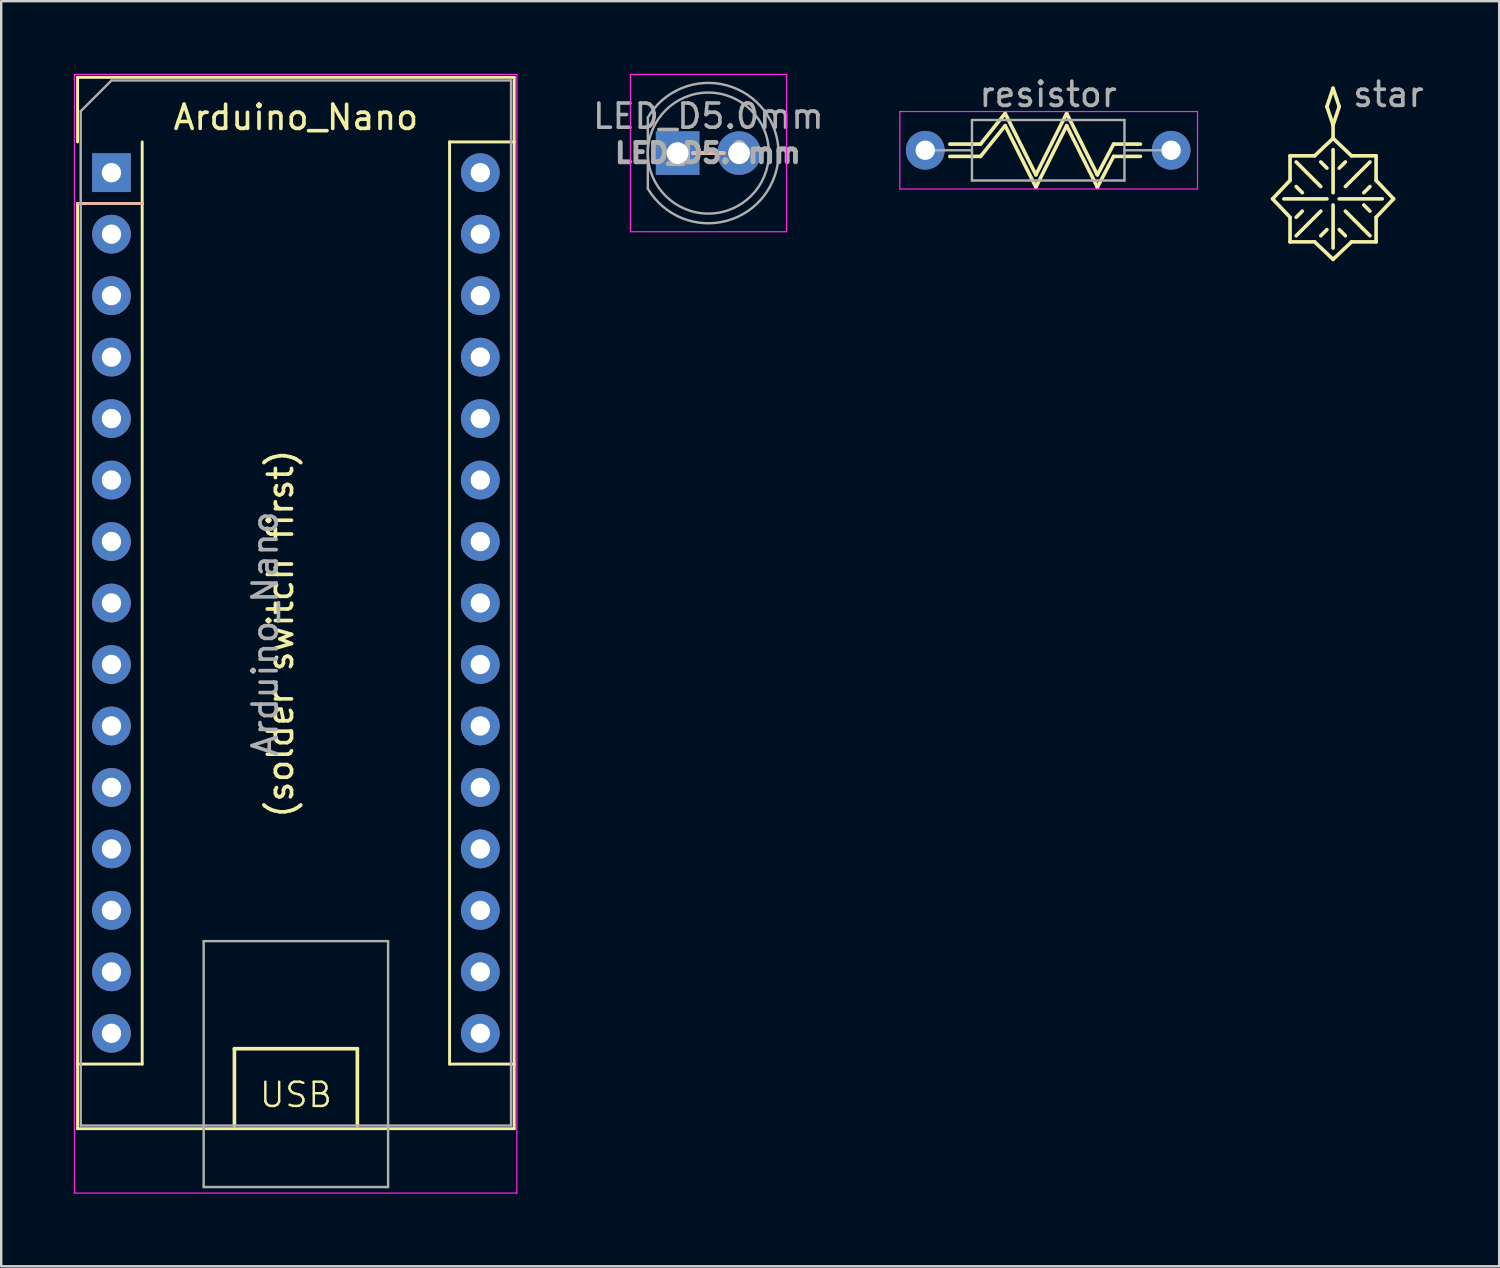
<source format=kicad_pcb>
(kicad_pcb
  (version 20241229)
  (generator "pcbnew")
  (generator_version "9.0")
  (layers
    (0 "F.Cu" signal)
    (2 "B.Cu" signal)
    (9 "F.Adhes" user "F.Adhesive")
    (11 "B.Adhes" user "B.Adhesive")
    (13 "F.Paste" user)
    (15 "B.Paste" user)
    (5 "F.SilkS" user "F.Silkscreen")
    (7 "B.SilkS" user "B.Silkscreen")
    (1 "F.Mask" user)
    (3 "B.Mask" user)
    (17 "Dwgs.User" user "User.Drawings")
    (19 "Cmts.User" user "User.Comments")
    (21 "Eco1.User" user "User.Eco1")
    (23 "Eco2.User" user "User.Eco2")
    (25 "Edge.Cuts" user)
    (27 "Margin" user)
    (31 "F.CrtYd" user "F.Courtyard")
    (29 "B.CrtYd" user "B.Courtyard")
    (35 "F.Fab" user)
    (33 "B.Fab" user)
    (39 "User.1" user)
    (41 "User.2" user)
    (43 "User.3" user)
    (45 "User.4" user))
  (footprint "resistor"
    (layer "F.Cu")
    (at 35.179 3.158)
    (property "Reference" "resistor" (at 5.08 -2.31 180) (layer "F.Fab") (effects (font (size 1 1) (thickness 0.15))))
    (attr through_hole)
    (fp_line (start 2.286 -0.254) (end 1.016 -0.254) (stroke (width 0.15) (type solid)) (layer "F.SilkS"))
    (fp_line (start 2.286 -0.254) (end 3.302 -1.524) (stroke (width 0.15) (type solid)) (layer "F.SilkS"))
    (fp_line (start 2.286 0.254) (end 1.016 0.254) (stroke (width 0.15) (type solid)) (layer "F.SilkS"))
    (fp_line (start 2.286 0.254) (end 3.302 -1.016) (stroke (width 0.15) (type solid)) (layer "F.SilkS"))
    (fp_line (start 3.302 -1.524) (end 4.572 1.016) (stroke (width 0.15) (type solid)) (layer "F.SilkS"))
    (fp_line (start 3.302 -1.016) (end 4.572 1.524) (stroke (width 0.15) (type solid)) (layer "F.SilkS"))
    (fp_line (start 4.572 1.016) (end 5.842 -1.524) (stroke (width 0.15) (type solid)) (layer "F.SilkS"))
    (fp_line (start 4.572 1.524) (end 5.842 -1.016) (stroke (width 0.15) (type solid)) (layer "F.SilkS"))
    (fp_line (start 5.842 -1.524) (end 7.112 1.016) (stroke (width 0.15) (type solid)) (layer "F.SilkS"))
    (fp_line (start 5.842 -1.016) (end 7.112 1.524) (stroke (width 0.15) (type solid)) (layer "F.SilkS"))
    (fp_line (start 7.112 1.016) (end 7.782 -0.254) (stroke (width 0.15) (type solid)) (layer "F.SilkS"))
    (fp_line (start 7.112 1.524) (end 7.782 0.254) (stroke (width 0.15) (type solid)) (layer "F.SilkS"))
    (fp_line (start 7.782 -0.254) (end 8.89 -0.254) (stroke (width 0.15) (type solid)) (layer "F.SilkS"))
    (fp_line (start 7.782 0.254) (end 8.89 0.254) (stroke (width 0.15) (type solid)) (layer "F.SilkS"))
    (fp_line (start -1.05 -1.6) (end -1.05 1.6) (stroke (width 0.05) (type solid)) (layer "F.CrtYd"))
    (fp_line (start -1.05 1.6) (end 11.25 1.6) (stroke (width 0.05) (type solid)) (layer "F.CrtYd"))
    (fp_line (start 11.25 -1.6) (end -1.05 -1.6) (stroke (width 0.05) (type solid)) (layer "F.CrtYd"))
    (fp_line (start 11.25 1.6) (end 11.25 -1.6) (stroke (width 0.05) (type solid)) (layer "F.CrtYd"))
    (fp_line (start 0 0) (end 1.93 0) (stroke (width 0.1) (type solid)) (layer "F.Fab"))
    (fp_line (start 1.93 -1.25) (end 1.93 1.25) (stroke (width 0.1) (type solid)) (layer "F.Fab"))
    (fp_line (start 1.93 1.25) (end 8.23 1.25) (stroke (width 0.1) (type solid)) (layer "F.Fab"))
    (fp_line (start 8.23 -1.25) (end 1.93 -1.25) (stroke (width 0.1) (type solid)) (layer "F.Fab"))
    (fp_line (start 8.23 1.25) (end 8.23 -1.25) (stroke (width 0.1) (type solid)) (layer "F.Fab"))
    (fp_line (start 10.16 0) (end 8.23 0) (stroke (width 0.1) (type solid)) (layer "F.Fab"))
    (pad "1" thru_hole circle (at 0 0) (size 1.6 1.6) (drill 0.8) (layers "*.Cu" "*.Mask"))
    (pad "2" thru_hole oval (at 10.16 0) (size 1.6 1.6) (drill 0.8) (layers "*.Cu" "*.Mask")))
  (footprint "Arduino_Nano"
    (layer "F.Cu")
    (at 1.555 4.085)
    (property "Reference" "Arduino_Nano" (at 7.62 -2.286 180) (layer "F.SilkS") (effects (font (size 1 1) (thickness 0.15))))
    (attr through_hole)
    (fp_line (start -1.4 -3.94) (end -1.4 -1.27) (stroke (width 0.12) (type solid)) (layer "F.SilkS"))
    (fp_line (start -1.4 1.27) (end -1.4 39.5) (stroke (width 0.12) (type solid)) (layer "F.SilkS"))
    (fp_line (start -1.4 39.5) (end 16.64 39.5) (stroke (width 0.12) (type solid)) (layer "F.SilkS"))
    (fp_line (start 1.27 1.27) (end -1.4 1.27) (stroke (width 0.12) (type solid)) (layer "F.SilkS"))
    (fp_line (start 1.27 1.27) (end 1.27 -1.27) (stroke (width 0.12) (type solid)) (layer "F.SilkS"))
    (fp_line (start 1.27 1.27) (end 1.27 36.83) (stroke (width 0.12) (type solid)) (layer "F.SilkS"))
    (fp_line (start 1.27 36.83) (end -1.4 36.83) (stroke (width 0.12) (type solid)) (layer "F.SilkS"))
    (fp_line (start 5.08 36.195) (end 5.08 39.37) (stroke (width 0.15) (type solid)) (layer "F.SilkS"))
    (fp_line (start 5.08 36.195) (end 10.16 36.195) (stroke (width 0.15) (type solid)) (layer "F.SilkS"))
    (fp_line (start 10.16 36.195) (end 10.16 39.37) (stroke (width 0.15) (type solid)) (layer "F.SilkS"))
    (fp_line (start 13.97 -1.27) (end 13.97 36.83) (stroke (width 0.12) (type solid)) (layer "F.SilkS"))
    (fp_line (start 13.97 -1.27) (end 16.64 -1.27) (stroke (width 0.12) (type solid)) (layer "F.SilkS"))
    (fp_line (start 13.97 36.83) (end 16.64 36.83) (stroke (width 0.12) (type solid)) (layer "F.SilkS"))
    (fp_line (start 16.64 -3.94) (end -1.4 -3.94) (stroke (width 0.12) (type solid)) (layer "F.SilkS"))
    (fp_line (start 16.64 39.5) (end 16.64 -3.94) (stroke (width 0.12) (type solid)) (layer "F.SilkS"))
    (fp_line (start 1.27 1.27) (end -1.4 1.27) (stroke (width 0.12) (type solid)) (layer "B.SilkS"))
    (fp_line (start -1.53 -4.06) (end -1.53 42.16) (stroke (width 0.05) (type solid)) (layer "F.CrtYd"))
    (fp_line (start -1.53 -4.06) (end 16.75 -4.06) (stroke (width 0.05) (type solid)) (layer "F.CrtYd"))
    (fp_line (start 16.75 42.16) (end -1.53 42.16) (stroke (width 0.05) (type solid)) (layer "F.CrtYd"))
    (fp_line (start 16.75 42.16) (end 16.75 -4.06) (stroke (width 0.05) (type solid)) (layer "F.CrtYd"))
    (fp_line (start -1.27 -2.54) (end 0 -3.81) (stroke (width 0.1) (type solid)) (layer "F.Fab"))
    (fp_line (start -1.27 39.37) (end -1.27 -2.54) (stroke (width 0.1) (type solid)) (layer "F.Fab"))
    (fp_line (start 0 -3.81) (end 16.51 -3.81) (stroke (width 0.1) (type solid)) (layer "F.Fab"))
    (fp_line (start 3.81 31.75) (end 11.43 31.75) (stroke (width 0.1) (type solid)) (layer "F.Fab"))
    (fp_line (start 3.81 41.91) (end 3.81 31.75) (stroke (width 0.1) (type solid)) (layer "F.Fab"))
    (fp_line (start 11.43 31.75) (end 11.43 41.91) (stroke (width 0.1) (type solid)) (layer "F.Fab"))
    (fp_line (start 11.43 41.91) (end 3.81 41.91) (stroke (width 0.1) (type solid)) (layer "F.Fab"))
    (fp_line (start 16.51 -3.81) (end 16.51 39.37) (stroke (width 0.1) (type solid)) (layer "F.Fab"))
    (fp_line (start 16.51 39.37) (end -1.27 39.37) (stroke (width 0.1) (type solid)) (layer "F.Fab"))
    (fp_text user "(solder switch first)" (at 6.985 19.05 90) (layer "F.SilkS") (effects (font (size 1 1) (thickness 0.15))))
    (fp_text user "USB" (at 7.62 38.1 0) (layer "F.SilkS") (effects (font (size 1 1) (thickness 0.1))))
    (fp_text user "${REFERENCE}" (at 6.35 19.05 270) (layer "F.Fab") (effects (font (size 1 1) (thickness 0.15))))
    (pad "1" thru_hole rect (at 0 0) (size 1.6 1.6) (drill 0.8) (layers "*.Cu" "*.Mask"))
    (pad "2" thru_hole oval (at 0 2.54) (size 1.6 1.6) (drill 0.8) (layers "*.Cu" "*.Mask"))
    (pad "3" thru_hole oval (at 0 5.08) (size 1.6 1.6) (drill 0.8) (layers "*.Cu" "*.Mask"))
    (pad "4" thru_hole oval (at 0 7.62) (size 1.6 1.6) (drill 0.8) (layers "*.Cu" "*.Mask"))
    (pad "5" thru_hole oval (at 0 10.16) (size 1.6 1.6) (drill 0.8) (layers "*.Cu" "*.Mask"))
    (pad "6" thru_hole oval (at 0 12.7) (size 1.6 1.6) (drill 0.8) (layers "*.Cu" "*.Mask"))
    (pad "7" thru_hole oval (at 0 15.24) (size 1.6 1.6) (drill 0.8) (layers "*.Cu" "*.Mask"))
    (pad "8" thru_hole oval (at 0 17.78) (size 1.6 1.6) (drill 0.8) (layers "*.Cu" "*.Mask"))
    (pad "9" thru_hole oval (at 0 20.32) (size 1.6 1.6) (drill 0.8) (layers "*.Cu" "*.Mask"))
    (pad "10" thru_hole oval (at 0 22.86) (size 1.6 1.6) (drill 0.8) (layers "*.Cu" "*.Mask"))
    (pad "11" thru_hole oval (at 0 25.4) (size 1.6 1.6) (drill 0.8) (layers "*.Cu" "*.Mask"))
    (pad "12" thru_hole oval (at 0 27.94) (size 1.6 1.6) (drill 0.8) (layers "*.Cu" "*.Mask"))
    (pad "13" thru_hole oval (at 0 30.48) (size 1.6 1.6) (drill 0.8) (layers "*.Cu" "*.Mask"))
    (pad "14" thru_hole oval (at 0 33.02) (size 1.6 1.6) (drill 0.8) (layers "*.Cu" "*.Mask"))
    (pad "15" thru_hole oval (at 0 35.56) (size 1.6 1.6) (drill 0.8) (layers "*.Cu" "*.Mask"))
    (pad "16" thru_hole oval (at 15.24 35.56) (size 1.6 1.6) (drill 0.8) (layers "*.Cu" "*.Mask"))
    (pad "17" thru_hole oval (at 15.24 33.02) (size 1.6 1.6) (drill 0.8) (layers "*.Cu" "*.Mask"))
    (pad "18" thru_hole oval (at 15.24 30.48) (size 1.6 1.6) (drill 0.8) (layers "*.Cu" "*.Mask"))
    (pad "19" thru_hole oval (at 15.24 27.94) (size 1.6 1.6) (drill 0.8) (layers "*.Cu" "*.Mask"))
    (pad "20" thru_hole oval (at 15.24 25.4) (size 1.6 1.6) (drill 0.8) (layers "*.Cu" "*.Mask"))
    (pad "21" thru_hole oval (at 15.24 22.86) (size 1.6 1.6) (drill 0.8) (layers "*.Cu" "*.Mask"))
    (pad "22" thru_hole oval (at 15.24 20.32) (size 1.6 1.6) (drill 0.8) (layers "*.Cu" "*.Mask"))
    (pad "23" thru_hole oval (at 15.24 17.78) (size 1.6 1.6) (drill 0.8) (layers "*.Cu" "*.Mask"))
    (pad "24" thru_hole oval (at 15.24 15.24) (size 1.6 1.6) (drill 0.8) (layers "*.Cu" "*.Mask"))
    (pad "25" thru_hole oval (at 15.24 12.7) (size 1.6 1.6) (drill 0.8) (layers "*.Cu" "*.Mask"))
    (pad "26" thru_hole oval (at 15.24 10.16) (size 1.6 1.6) (drill 0.8) (layers "*.Cu" "*.Mask"))
    (pad "27" thru_hole oval (at 15.24 7.62) (size 1.6 1.6) (drill 0.8) (layers "*.Cu" "*.Mask"))
    (pad "28" thru_hole oval (at 15.24 5.08) (size 1.6 1.6) (drill 0.8) (layers "*.Cu" "*.Mask"))
    (pad "29" thru_hole oval (at 15.24 2.54) (size 1.6 1.6) (drill 0.8) (layers "*.Cu" "*.Mask"))
    (pad "30" thru_hole oval (at 15.24 0) (size 1.6 1.6) (drill 0.8) (layers "*.Cu" "*.Mask")))
  (footprint "star"
    (layer "F.Cu")
    (at 50.759 5.166)
    (property "Reference" "star" (at 3.556 -4.318 0) (layer "F.Fab") (effects (font (size 1 1) (thickness 0.15))))
    (attr through_hole)
    (fp_line (start -1.23 0) (end -0.508 0.762) (stroke (width 0.15) (type solid)) (layer "F.SilkS"))
    (fp_line (start -0.762 0) (end 1.016 0) (stroke (width 0.15) (type solid)) (layer "F.SilkS"))
    (fp_line (start -0.508 -1.778) (end 0.508 -1.778) (stroke (width 0.15) (type solid)) (layer "F.SilkS"))
    (fp_line (start -0.508 -0.762) (end -1.23 0) (stroke (width 0.15) (type solid)) (layer "F.SilkS"))
    (fp_line (start -0.508 -0.762) (end -0.508 -1.778) (stroke (width 0.15) (type solid)) (layer "F.SilkS"))
    (fp_line (start -0.508 0.762) (end -0.508 1.778) (stroke (width 0.15) (type solid)) (layer "F.SilkS"))
    (fp_line (start -0.254 -1.524) (end 0.762 -0.508) (stroke (width 0.15) (type solid)) (layer "F.SilkS"))
    (fp_line (start 0 -0.254) (end -0.254 -0.508) (stroke (width 0.15) (type solid)) (layer "F.SilkS"))
    (fp_line (start 0 0.508) (end -0.254 0.762) (stroke (width 0.15) (type solid)) (layer "F.SilkS"))
    (fp_line (start 0.508 1.778) (end -0.508 1.778) (stroke (width 0.15) (type solid)) (layer "F.SilkS"))
    (fp_line (start 0.762 -1.524) (end 1.016 -1.27) (stroke (width 0.15) (type solid)) (layer "F.SilkS"))
    (fp_line (start 0.762 0.508) (end -0.254 1.524) (stroke (width 0.15) (type solid)) (layer "F.SilkS"))
    (fp_line (start 0.762 1.524) (end 1.016 1.27) (stroke (width 0.15) (type solid)) (layer "F.SilkS"))
    (fp_line (start 1.016 -3.81) (end 1.27 -4.572) (stroke (width 0.15) (type solid)) (layer "F.SilkS"))
    (fp_line (start 1.27 -4.572) (end 1.524 -3.81) (stroke (width 0.15) (type solid)) (layer "F.SilkS"))
    (fp_line (start 1.27 -3.048) (end 1.016 -3.81) (stroke (width 0.15) (type solid)) (layer "F.SilkS"))
    (fp_line (start 1.27 -2.54) (end 1.27 -3.048) (stroke (width 0.15) (type solid)) (layer "F.SilkS"))
    (fp_line (start 1.27 -2.5) (end 0.508 -1.778) (stroke (width 0.15) (type solid)) (layer "F.SilkS"))
    (fp_line (start 1.27 -0.254) (end 1.27 -2.032) (stroke (width 0.15) (type solid)) (layer "F.SilkS"))
    (fp_line (start 1.27 0.254) (end 1.27 2.032) (stroke (width 0.15) (type solid)) (layer "F.SilkS"))
    (fp_line (start 1.27 2.5) (end 0.508 1.778) (stroke (width 0.15) (type solid)) (layer "F.SilkS"))
    (fp_line (start 1.27 2.5) (end 2.032 1.778) (stroke (width 0.15) (type solid)) (layer "F.SilkS"))
    (fp_line (start 1.524 -3.81) (end 1.27 -3.048) (stroke (width 0.15) (type solid)) (layer "F.SilkS"))
    (fp_line (start 1.524 -1.27) (end 1.778 -1.524) (stroke (width 0.15) (type solid)) (layer "F.SilkS"))
    (fp_line (start 1.524 0) (end 3.302 0) (stroke (width 0.15) (type solid)) (layer "F.SilkS"))
    (fp_line (start 1.524 1.27) (end 1.778 1.524) (stroke (width 0.15) (type solid)) (layer "F.SilkS"))
    (fp_line (start 1.778 -0.508) (end 2.794 -1.524) (stroke (width 0.15) (type solid)) (layer "F.SilkS"))
    (fp_line (start 1.778 0.508) (end 2.794 1.524) (stroke (width 0.15) (type solid)) (layer "F.SilkS"))
    (fp_line (start 2.032 -1.778) (end 1.27 -2.5) (stroke (width 0.15) (type solid)) (layer "F.SilkS"))
    (fp_line (start 2.032 -1.778) (end 3.048 -1.778) (stroke (width 0.15) (type solid)) (layer "F.SilkS"))
    (fp_line (start 2.032 1.778) (end 3.048 1.778) (stroke (width 0.15) (type solid)) (layer "F.SilkS"))
    (fp_line (start 2.794 -0.508) (end 2.54 -0.254) (stroke (width 0.15) (type solid)) (layer "F.SilkS"))
    (fp_line (start 2.794 0.508) (end 2.54 0.254) (stroke (width 0.15) (type solid)) (layer "F.SilkS"))
    (fp_line (start 3.048 -1.778) (end 3.048 -0.762) (stroke (width 0.15) (type solid)) (layer "F.SilkS"))
    (fp_line (start 3.048 -0.762) (end 3.77 0) (stroke (width 0.15) (type solid)) (layer "F.SilkS"))
    (fp_line (start 3.048 0.762) (end 3.048 1.778) (stroke (width 0.15) (type solid)) (layer "F.SilkS"))
    (fp_line (start 3.048 0.762) (end 3.77 0) (stroke (width 0.15) (type solid)) (layer "F.SilkS")))
  (footprint "LED_D5.0mm"
    (layer "F.Cu")
    (at 24.947 3.275)
    (property "Reference" "LED_D5.0mm" (at 1.27 -1.524 0) (layer "F.Fab") (effects (font (size 1 1) (thickness 0.15))))
    (attr through_hole)
    (fp_line (start 0.635 0) (end 1.905 0) (stroke (width 0.15) (type solid)) (layer "F.SilkS"))
    (fp_line (start 1.905 0) (end 0.635 0) (stroke (width 0.15) (type solid)) (layer "B.SilkS"))
    (fp_line (start -1.95 -3.25) (end -1.95 3.25) (stroke (width 0.05) (type solid)) (layer "F.CrtYd"))
    (fp_line (start -1.95 3.25) (end 4.5 3.25) (stroke (width 0.05) (type solid)) (layer "F.CrtYd"))
    (fp_line (start 4.5 -3.25) (end -1.95 -3.25) (stroke (width 0.05) (type solid)) (layer "F.CrtYd"))
    (fp_line (start 4.5 3.25) (end 4.5 -3.25) (stroke (width 0.05) (type solid)) (layer "F.CrtYd"))
    (fp_line (start -1.23 -1.47) (end -1.23 1.47) (stroke (width 0.1) (type solid)) (layer "F.Fab"))
    (fp_arc (start -1.23 -1.469694) (mid 4.17 0.000016) (end -1.230016 1.469666) (stroke (width 0.1) (type solid)) (layer "F.Fab"))
    (fp_circle (center 1.27 0) (end 3.77 0) (stroke (width 0.1) (type solid)) (fill no) (layer "F.Fab"))
    (fp_text user "${REFERENCE}" (at 1.25 0 0) (layer "F.Fab") (effects (font (size 0.8 0.8) (thickness 0.2))))
    (pad "1" thru_hole rect (at 0 0) (size 1.8 1.8) (drill 0.9) (layers "*.Cu" "*.Mask"))
    (pad "2" thru_hole circle (at 2.54 0) (size 1.8 1.8) (drill 0.9) (layers "*.Cu" "*.Mask")))
  (gr_rect
    (start -3 -3)
    (end 58.892 49.27)
    (stroke (width 0.1) (type default))
    (fill no)
    (layer "Edge.Cuts")))
</source>
